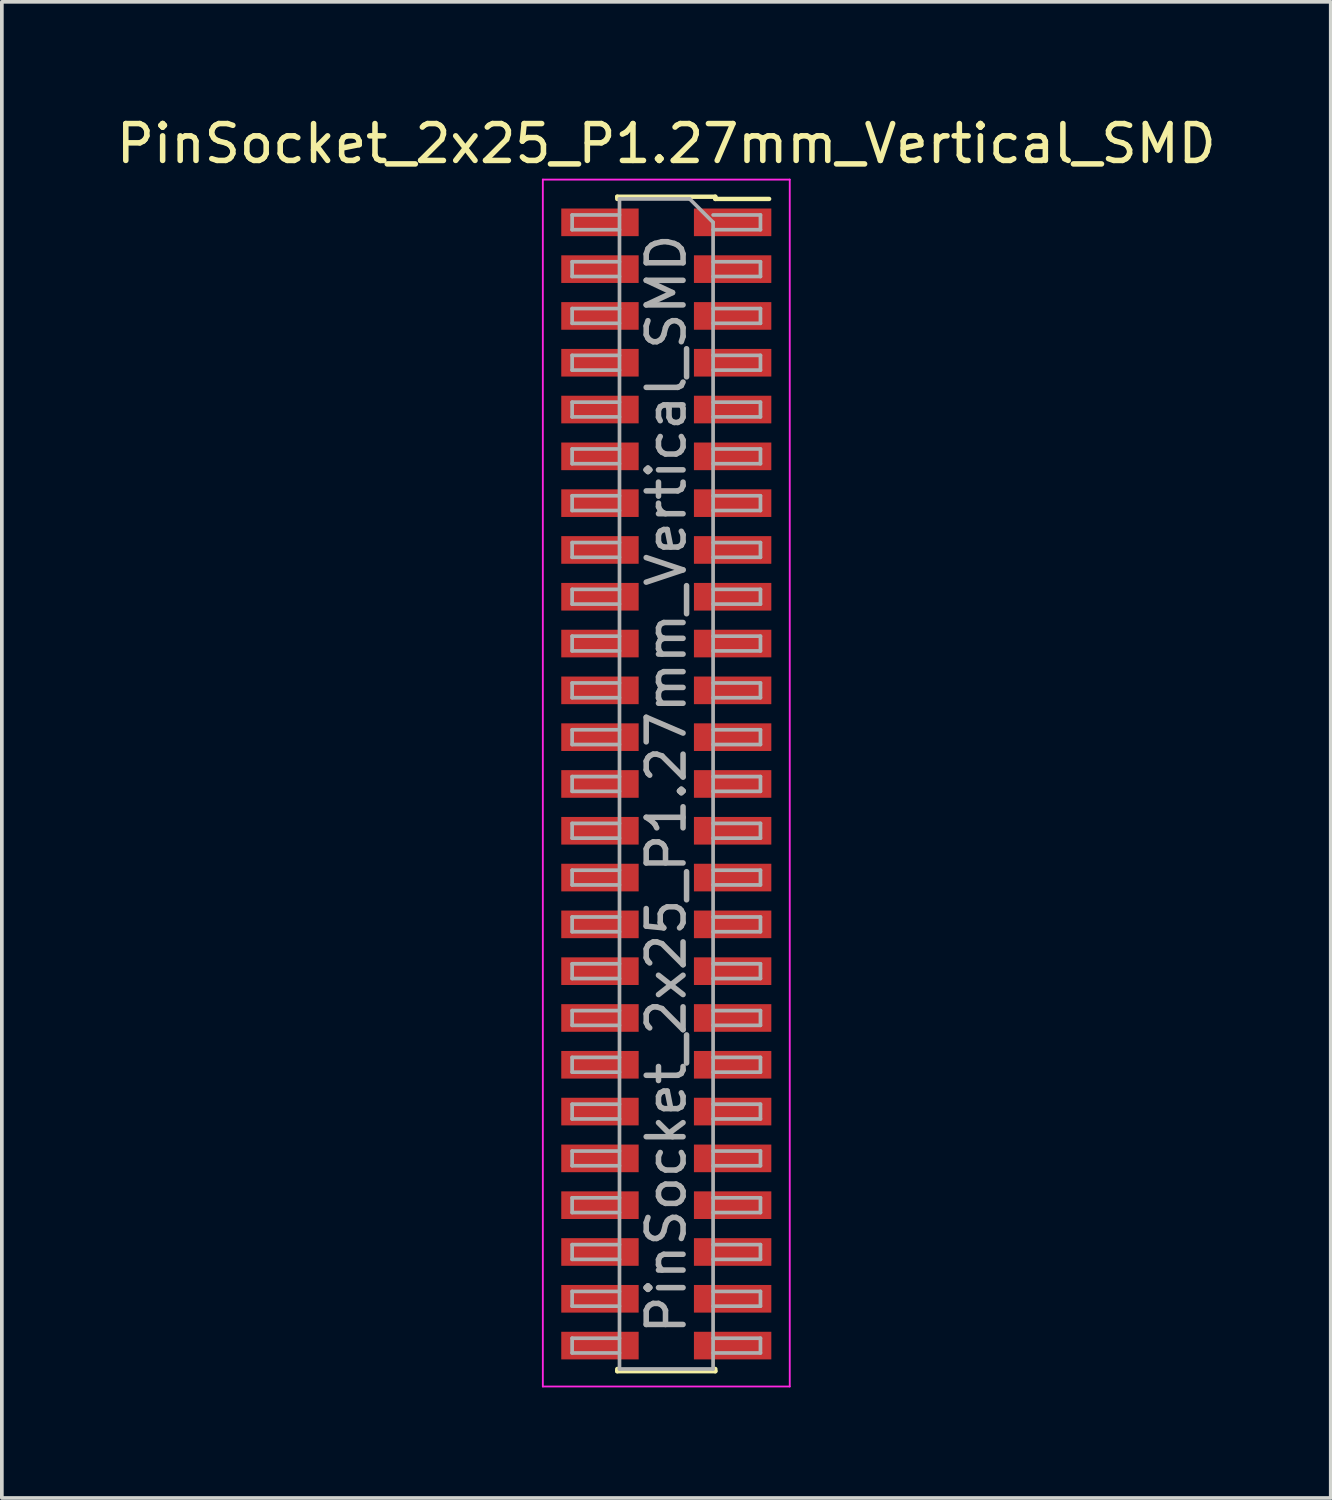
<source format=kicad_pcb>
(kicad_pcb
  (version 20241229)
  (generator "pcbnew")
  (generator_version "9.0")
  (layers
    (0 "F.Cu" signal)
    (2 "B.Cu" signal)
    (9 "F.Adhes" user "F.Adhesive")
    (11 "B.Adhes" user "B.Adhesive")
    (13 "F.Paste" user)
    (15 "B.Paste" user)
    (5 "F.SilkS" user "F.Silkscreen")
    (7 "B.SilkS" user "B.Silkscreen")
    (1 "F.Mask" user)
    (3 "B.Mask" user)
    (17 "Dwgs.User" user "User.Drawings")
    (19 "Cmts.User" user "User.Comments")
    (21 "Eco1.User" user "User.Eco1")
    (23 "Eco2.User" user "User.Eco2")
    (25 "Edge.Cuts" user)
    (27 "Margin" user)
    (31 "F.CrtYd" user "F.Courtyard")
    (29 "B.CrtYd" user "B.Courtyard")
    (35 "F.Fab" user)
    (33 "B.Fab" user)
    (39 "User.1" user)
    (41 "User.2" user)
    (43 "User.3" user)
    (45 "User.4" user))
  (footprint "PinSocket_2x25_P1.27mm_Vertical_SMD"
    (layer "F.Cu")
    (at 15.03 18.223)
    (property "Reference" "PinSocket_2x25_P1.27mm_Vertical_SMD" (at 0 -17.375 0) (layer "F.SilkS") (effects (font (size 1 1) (thickness 0.15))))
    (attr smd)
    (fp_line (start -1.33 -15.935) (end -1.33 -15.875) (stroke (width 0.12) (type solid)) (layer "F.SilkS"))
    (fp_line (start -1.33 -15.935) (end 1.33 -15.935) (stroke (width 0.12) (type solid)) (layer "F.SilkS"))
    (fp_line (start -1.33 15.875) (end -1.33 15.935) (stroke (width 0.12) (type solid)) (layer "F.SilkS"))
    (fp_line (start -1.33 15.935) (end 1.33 15.935) (stroke (width 0.12) (type solid)) (layer "F.SilkS"))
    (fp_line (start 1.33 -15.935) (end 1.33 -15.875) (stroke (width 0.12) (type solid)) (layer "F.SilkS"))
    (fp_line (start 1.33 -15.875) (end 2.79 -15.875) (stroke (width 0.12) (type solid)) (layer "F.SilkS"))
    (fp_line (start 1.33 15.875) (end 1.33 15.935) (stroke (width 0.12) (type solid)) (layer "F.SilkS"))
    (fp_line (start -3.35 -16.4) (end 3.35 -16.4) (stroke (width 0.05) (type solid)) (layer "F.CrtYd"))
    (fp_line (start -3.35 16.35) (end -3.35 -16.4) (stroke (width 0.05) (type solid)) (layer "F.CrtYd"))
    (fp_line (start 3.35 -16.4) (end 3.35 16.35) (stroke (width 0.05) (type solid)) (layer "F.CrtYd"))
    (fp_line (start 3.35 16.35) (end -3.35 16.35) (stroke (width 0.05) (type solid)) (layer "F.CrtYd"))
    (fp_line (start -2.555 -15.44) (end -1.27 -15.44) (stroke (width 0.1) (type solid)) (layer "F.Fab"))
    (fp_line (start -2.555 -15.04) (end -2.555 -15.44) (stroke (width 0.1) (type solid)) (layer "F.Fab"))
    (fp_line (start -2.555 -14.17) (end -1.27 -14.17) (stroke (width 0.1) (type solid)) (layer "F.Fab"))
    (fp_line (start -2.555 -13.77) (end -2.555 -14.17) (stroke (width 0.1) (type solid)) (layer "F.Fab"))
    (fp_line (start -2.555 -12.9) (end -1.27 -12.9) (stroke (width 0.1) (type solid)) (layer "F.Fab"))
    (fp_line (start -2.555 -12.5) (end -2.555 -12.9) (stroke (width 0.1) (type solid)) (layer "F.Fab"))
    (fp_line (start -2.555 -11.63) (end -1.27 -11.63) (stroke (width 0.1) (type solid)) (layer "F.Fab"))
    (fp_line (start -2.555 -11.23) (end -2.555 -11.63) (stroke (width 0.1) (type solid)) (layer "F.Fab"))
    (fp_line (start -2.555 -10.36) (end -1.27 -10.36) (stroke (width 0.1) (type solid)) (layer "F.Fab"))
    (fp_line (start -2.555 -9.96) (end -2.555 -10.36) (stroke (width 0.1) (type solid)) (layer "F.Fab"))
    (fp_line (start -2.555 -9.09) (end -1.27 -9.09) (stroke (width 0.1) (type solid)) (layer "F.Fab"))
    (fp_line (start -2.555 -8.69) (end -2.555 -9.09) (stroke (width 0.1) (type solid)) (layer "F.Fab"))
    (fp_line (start -2.555 -7.82) (end -1.27 -7.82) (stroke (width 0.1) (type solid)) (layer "F.Fab"))
    (fp_line (start -2.555 -7.42) (end -2.555 -7.82) (stroke (width 0.1) (type solid)) (layer "F.Fab"))
    (fp_line (start -2.555 -6.55) (end -1.27 -6.55) (stroke (width 0.1) (type solid)) (layer "F.Fab"))
    (fp_line (start -2.555 -6.15) (end -2.555 -6.55) (stroke (width 0.1) (type solid)) (layer "F.Fab"))
    (fp_line (start -2.555 -5.28) (end -1.27 -5.28) (stroke (width 0.1) (type solid)) (layer "F.Fab"))
    (fp_line (start -2.555 -4.88) (end -2.555 -5.28) (stroke (width 0.1) (type solid)) (layer "F.Fab"))
    (fp_line (start -2.555 -4.01) (end -1.27 -4.01) (stroke (width 0.1) (type solid)) (layer "F.Fab"))
    (fp_line (start -2.555 -3.61) (end -2.555 -4.01) (stroke (width 0.1) (type solid)) (layer "F.Fab"))
    (fp_line (start -2.555 -2.74) (end -1.27 -2.74) (stroke (width 0.1) (type solid)) (layer "F.Fab"))
    (fp_line (start -2.555 -2.34) (end -2.555 -2.74) (stroke (width 0.1) (type solid)) (layer "F.Fab"))
    (fp_line (start -2.555 -1.47) (end -1.27 -1.47) (stroke (width 0.1) (type solid)) (layer "F.Fab"))
    (fp_line (start -2.555 -1.07) (end -2.555 -1.47) (stroke (width 0.1) (type solid)) (layer "F.Fab"))
    (fp_line (start -2.555 -0.2) (end -1.27 -0.2) (stroke (width 0.1) (type solid)) (layer "F.Fab"))
    (fp_line (start -2.555 0.2) (end -2.555 -0.2) (stroke (width 0.1) (type solid)) (layer "F.Fab"))
    (fp_line (start -2.555 1.07) (end -1.27 1.07) (stroke (width 0.1) (type solid)) (layer "F.Fab"))
    (fp_line (start -2.555 1.47) (end -2.555 1.07) (stroke (width 0.1) (type solid)) (layer "F.Fab"))
    (fp_line (start -2.555 2.34) (end -1.27 2.34) (stroke (width 0.1) (type solid)) (layer "F.Fab"))
    (fp_line (start -2.555 2.74) (end -2.555 2.34) (stroke (width 0.1) (type solid)) (layer "F.Fab"))
    (fp_line (start -2.555 3.61) (end -1.27 3.61) (stroke (width 0.1) (type solid)) (layer "F.Fab"))
    (fp_line (start -2.555 4.01) (end -2.555 3.61) (stroke (width 0.1) (type solid)) (layer "F.Fab"))
    (fp_line (start -2.555 4.88) (end -1.27 4.88) (stroke (width 0.1) (type solid)) (layer "F.Fab"))
    (fp_line (start -2.555 5.28) (end -2.555 4.88) (stroke (width 0.1) (type solid)) (layer "F.Fab"))
    (fp_line (start -2.555 6.15) (end -1.27 6.15) (stroke (width 0.1) (type solid)) (layer "F.Fab"))
    (fp_line (start -2.555 6.55) (end -2.555 6.15) (stroke (width 0.1) (type solid)) (layer "F.Fab"))
    (fp_line (start -2.555 7.42) (end -1.27 7.42) (stroke (width 0.1) (type solid)) (layer "F.Fab"))
    (fp_line (start -2.555 7.82) (end -2.555 7.42) (stroke (width 0.1) (type solid)) (layer "F.Fab"))
    (fp_line (start -2.555 8.69) (end -1.27 8.69) (stroke (width 0.1) (type solid)) (layer "F.Fab"))
    (fp_line (start -2.555 9.09) (end -2.555 8.69) (stroke (width 0.1) (type solid)) (layer "F.Fab"))
    (fp_line (start -2.555 9.96) (end -1.27 9.96) (stroke (width 0.1) (type solid)) (layer "F.Fab"))
    (fp_line (start -2.555 10.36) (end -2.555 9.96) (stroke (width 0.1) (type solid)) (layer "F.Fab"))
    (fp_line (start -2.555 11.23) (end -1.27 11.23) (stroke (width 0.1) (type solid)) (layer "F.Fab"))
    (fp_line (start -2.555 11.63) (end -2.555 11.23) (stroke (width 0.1) (type solid)) (layer "F.Fab"))
    (fp_line (start -2.555 12.5) (end -1.27 12.5) (stroke (width 0.1) (type solid)) (layer "F.Fab"))
    (fp_line (start -2.555 12.9) (end -2.555 12.5) (stroke (width 0.1) (type solid)) (layer "F.Fab"))
    (fp_line (start -2.555 13.77) (end -1.27 13.77) (stroke (width 0.1) (type solid)) (layer "F.Fab"))
    (fp_line (start -2.555 14.17) (end -2.555 13.77) (stroke (width 0.1) (type solid)) (layer "F.Fab"))
    (fp_line (start -2.555 15.04) (end -1.27 15.04) (stroke (width 0.1) (type solid)) (layer "F.Fab"))
    (fp_line (start -2.555 15.44) (end -2.555 15.04) (stroke (width 0.1) (type solid)) (layer "F.Fab"))
    (fp_line (start -1.27 -15.875) (end 0.635 -15.875) (stroke (width 0.1) (type solid)) (layer "F.Fab"))
    (fp_line (start -1.27 -15.04) (end -2.555 -15.04) (stroke (width 0.1) (type solid)) (layer "F.Fab"))
    (fp_line (start -1.27 -13.77) (end -2.555 -13.77) (stroke (width 0.1) (type solid)) (layer "F.Fab"))
    (fp_line (start -1.27 -12.5) (end -2.555 -12.5) (stroke (width 0.1) (type solid)) (layer "F.Fab"))
    (fp_line (start -1.27 -11.23) (end -2.555 -11.23) (stroke (width 0.1) (type solid)) (layer "F.Fab"))
    (fp_line (start -1.27 -9.96) (end -2.555 -9.96) (stroke (width 0.1) (type solid)) (layer "F.Fab"))
    (fp_line (start -1.27 -8.69) (end -2.555 -8.69) (stroke (width 0.1) (type solid)) (layer "F.Fab"))
    (fp_line (start -1.27 -7.42) (end -2.555 -7.42) (stroke (width 0.1) (type solid)) (layer "F.Fab"))
    (fp_line (start -1.27 -6.15) (end -2.555 -6.15) (stroke (width 0.1) (type solid)) (layer "F.Fab"))
    (fp_line (start -1.27 -4.88) (end -2.555 -4.88) (stroke (width 0.1) (type solid)) (layer "F.Fab"))
    (fp_line (start -1.27 -3.61) (end -2.555 -3.61) (stroke (width 0.1) (type solid)) (layer "F.Fab"))
    (fp_line (start -1.27 -2.34) (end -2.555 -2.34) (stroke (width 0.1) (type solid)) (layer "F.Fab"))
    (fp_line (start -1.27 -1.07) (end -2.555 -1.07) (stroke (width 0.1) (type solid)) (layer "F.Fab"))
    (fp_line (start -1.27 0.2) (end -2.555 0.2) (stroke (width 0.1) (type solid)) (layer "F.Fab"))
    (fp_line (start -1.27 1.47) (end -2.555 1.47) (stroke (width 0.1) (type solid)) (layer "F.Fab"))
    (fp_line (start -1.27 2.74) (end -2.555 2.74) (stroke (width 0.1) (type solid)) (layer "F.Fab"))
    (fp_line (start -1.27 4.01) (end -2.555 4.01) (stroke (width 0.1) (type solid)) (layer "F.Fab"))
    (fp_line (start -1.27 5.28) (end -2.555 5.28) (stroke (width 0.1) (type solid)) (layer "F.Fab"))
    (fp_line (start -1.27 6.55) (end -2.555 6.55) (stroke (width 0.1) (type solid)) (layer "F.Fab"))
    (fp_line (start -1.27 7.82) (end -2.555 7.82) (stroke (width 0.1) (type solid)) (layer "F.Fab"))
    (fp_line (start -1.27 9.09) (end -2.555 9.09) (stroke (width 0.1) (type solid)) (layer "F.Fab"))
    (fp_line (start -1.27 10.36) (end -2.555 10.36) (stroke (width 0.1) (type solid)) (layer "F.Fab"))
    (fp_line (start -1.27 11.63) (end -2.555 11.63) (stroke (width 0.1) (type solid)) (layer "F.Fab"))
    (fp_line (start -1.27 12.9) (end -2.555 12.9) (stroke (width 0.1) (type solid)) (layer "F.Fab"))
    (fp_line (start -1.27 14.17) (end -2.555 14.17) (stroke (width 0.1) (type solid)) (layer "F.Fab"))
    (fp_line (start -1.27 15.44) (end -2.555 15.44) (stroke (width 0.1) (type solid)) (layer "F.Fab"))
    (fp_line (start -1.27 15.875) (end -1.27 -15.875) (stroke (width 0.1) (type solid)) (layer "F.Fab"))
    (fp_line (start 0.635 -15.875) (end 1.27 -15.24) (stroke (width 0.1) (type solid)) (layer "F.Fab"))
    (fp_line (start 1.27 -15.44) (end 2.555 -15.44) (stroke (width 0.1) (type solid)) (layer "F.Fab"))
    (fp_line (start 1.27 -15.24) (end 1.27 15.875) (stroke (width 0.1) (type solid)) (layer "F.Fab"))
    (fp_line (start 1.27 -14.17) (end 2.555 -14.17) (stroke (width 0.1) (type solid)) (layer "F.Fab"))
    (fp_line (start 1.27 -12.9) (end 2.555 -12.9) (stroke (width 0.1) (type solid)) (layer "F.Fab"))
    (fp_line (start 1.27 -11.63) (end 2.555 -11.63) (stroke (width 0.1) (type solid)) (layer "F.Fab"))
    (fp_line (start 1.27 -10.36) (end 2.555 -10.36) (stroke (width 0.1) (type solid)) (layer "F.Fab"))
    (fp_line (start 1.27 -9.09) (end 2.555 -9.09) (stroke (width 0.1) (type solid)) (layer "F.Fab"))
    (fp_line (start 1.27 -7.82) (end 2.555 -7.82) (stroke (width 0.1) (type solid)) (layer "F.Fab"))
    (fp_line (start 1.27 -6.55) (end 2.555 -6.55) (stroke (width 0.1) (type solid)) (layer "F.Fab"))
    (fp_line (start 1.27 -5.28) (end 2.555 -5.28) (stroke (width 0.1) (type solid)) (layer "F.Fab"))
    (fp_line (start 1.27 -4.01) (end 2.555 -4.01) (stroke (width 0.1) (type solid)) (layer "F.Fab"))
    (fp_line (start 1.27 -2.74) (end 2.555 -2.74) (stroke (width 0.1) (type solid)) (layer "F.Fab"))
    (fp_line (start 1.27 -1.47) (end 2.555 -1.47) (stroke (width 0.1) (type solid)) (layer "F.Fab"))
    (fp_line (start 1.27 -0.2) (end 2.555 -0.2) (stroke (width 0.1) (type solid)) (layer "F.Fab"))
    (fp_line (start 1.27 1.07) (end 2.555 1.07) (stroke (width 0.1) (type solid)) (layer "F.Fab"))
    (fp_line (start 1.27 2.34) (end 2.555 2.34) (stroke (width 0.1) (type solid)) (layer "F.Fab"))
    (fp_line (start 1.27 3.61) (end 2.555 3.61) (stroke (width 0.1) (type solid)) (layer "F.Fab"))
    (fp_line (start 1.27 4.88) (end 2.555 4.88) (stroke (width 0.1) (type solid)) (layer "F.Fab"))
    (fp_line (start 1.27 6.15) (end 2.555 6.15) (stroke (width 0.1) (type solid)) (layer "F.Fab"))
    (fp_line (start 1.27 7.42) (end 2.555 7.42) (stroke (width 0.1) (type solid)) (layer "F.Fab"))
    (fp_line (start 1.27 8.69) (end 2.555 8.69) (stroke (width 0.1) (type solid)) (layer "F.Fab"))
    (fp_line (start 1.27 9.96) (end 2.555 9.96) (stroke (width 0.1) (type solid)) (layer "F.Fab"))
    (fp_line (start 1.27 11.23) (end 2.555 11.23) (stroke (width 0.1) (type solid)) (layer "F.Fab"))
    (fp_line (start 1.27 12.5) (end 2.555 12.5) (stroke (width 0.1) (type solid)) (layer "F.Fab"))
    (fp_line (start 1.27 13.77) (end 2.555 13.77) (stroke (width 0.1) (type solid)) (layer "F.Fab"))
    (fp_line (start 1.27 15.04) (end 2.555 15.04) (stroke (width 0.1) (type solid)) (layer "F.Fab"))
    (fp_line (start 1.27 15.875) (end -1.27 15.875) (stroke (width 0.1) (type solid)) (layer "F.Fab"))
    (fp_line (start 2.555 -15.44) (end 2.555 -15.04) (stroke (width 0.1) (type solid)) (layer "F.Fab"))
    (fp_line (start 2.555 -15.04) (end 1.27 -15.04) (stroke (width 0.1) (type solid)) (layer "F.Fab"))
    (fp_line (start 2.555 -14.17) (end 2.555 -13.77) (stroke (width 0.1) (type solid)) (layer "F.Fab"))
    (fp_line (start 2.555 -13.77) (end 1.27 -13.77) (stroke (width 0.1) (type solid)) (layer "F.Fab"))
    (fp_line (start 2.555 -12.9) (end 2.555 -12.5) (stroke (width 0.1) (type solid)) (layer "F.Fab"))
    (fp_line (start 2.555 -12.5) (end 1.27 -12.5) (stroke (width 0.1) (type solid)) (layer "F.Fab"))
    (fp_line (start 2.555 -11.63) (end 2.555 -11.23) (stroke (width 0.1) (type solid)) (layer "F.Fab"))
    (fp_line (start 2.555 -11.23) (end 1.27 -11.23) (stroke (width 0.1) (type solid)) (layer "F.Fab"))
    (fp_line (start 2.555 -10.36) (end 2.555 -9.96) (stroke (width 0.1) (type solid)) (layer "F.Fab"))
    (fp_line (start 2.555 -9.96) (end 1.27 -9.96) (stroke (width 0.1) (type solid)) (layer "F.Fab"))
    (fp_line (start 2.555 -9.09) (end 2.555 -8.69) (stroke (width 0.1) (type solid)) (layer "F.Fab"))
    (fp_line (start 2.555 -8.69) (end 1.27 -8.69) (stroke (width 0.1) (type solid)) (layer "F.Fab"))
    (fp_line (start 2.555 -7.82) (end 2.555 -7.42) (stroke (width 0.1) (type solid)) (layer "F.Fab"))
    (fp_line (start 2.555 -7.42) (end 1.27 -7.42) (stroke (width 0.1) (type solid)) (layer "F.Fab"))
    (fp_line (start 2.555 -6.55) (end 2.555 -6.15) (stroke (width 0.1) (type solid)) (layer "F.Fab"))
    (fp_line (start 2.555 -6.15) (end 1.27 -6.15) (stroke (width 0.1) (type solid)) (layer "F.Fab"))
    (fp_line (start 2.555 -5.28) (end 2.555 -4.88) (stroke (width 0.1) (type solid)) (layer "F.Fab"))
    (fp_line (start 2.555 -4.88) (end 1.27 -4.88) (stroke (width 0.1) (type solid)) (layer "F.Fab"))
    (fp_line (start 2.555 -4.01) (end 2.555 -3.61) (stroke (width 0.1) (type solid)) (layer "F.Fab"))
    (fp_line (start 2.555 -3.61) (end 1.27 -3.61) (stroke (width 0.1) (type solid)) (layer "F.Fab"))
    (fp_line (start 2.555 -2.74) (end 2.555 -2.34) (stroke (width 0.1) (type solid)) (layer "F.Fab"))
    (fp_line (start 2.555 -2.34) (end 1.27 -2.34) (stroke (width 0.1) (type solid)) (layer "F.Fab"))
    (fp_line (start 2.555 -1.47) (end 2.555 -1.07) (stroke (width 0.1) (type solid)) (layer "F.Fab"))
    (fp_line (start 2.555 -1.07) (end 1.27 -1.07) (stroke (width 0.1) (type solid)) (layer "F.Fab"))
    (fp_line (start 2.555 -0.2) (end 2.555 0.2) (stroke (width 0.1) (type solid)) (layer "F.Fab"))
    (fp_line (start 2.555 0.2) (end 1.27 0.2) (stroke (width 0.1) (type solid)) (layer "F.Fab"))
    (fp_line (start 2.555 1.07) (end 2.555 1.47) (stroke (width 0.1) (type solid)) (layer "F.Fab"))
    (fp_line (start 2.555 1.47) (end 1.27 1.47) (stroke (width 0.1) (type solid)) (layer "F.Fab"))
    (fp_line (start 2.555 2.34) (end 2.555 2.74) (stroke (width 0.1) (type solid)) (layer "F.Fab"))
    (fp_line (start 2.555 2.74) (end 1.27 2.74) (stroke (width 0.1) (type solid)) (layer "F.Fab"))
    (fp_line (start 2.555 3.61) (end 2.555 4.01) (stroke (width 0.1) (type solid)) (layer "F.Fab"))
    (fp_line (start 2.555 4.01) (end 1.27 4.01) (stroke (width 0.1) (type solid)) (layer "F.Fab"))
    (fp_line (start 2.555 4.88) (end 2.555 5.28) (stroke (width 0.1) (type solid)) (layer "F.Fab"))
    (fp_line (start 2.555 5.28) (end 1.27 5.28) (stroke (width 0.1) (type solid)) (layer "F.Fab"))
    (fp_line (start 2.555 6.15) (end 2.555 6.55) (stroke (width 0.1) (type solid)) (layer "F.Fab"))
    (fp_line (start 2.555 6.55) (end 1.27 6.55) (stroke (width 0.1) (type solid)) (layer "F.Fab"))
    (fp_line (start 2.555 7.42) (end 2.555 7.82) (stroke (width 0.1) (type solid)) (layer "F.Fab"))
    (fp_line (start 2.555 7.82) (end 1.27 7.82) (stroke (width 0.1) (type solid)) (layer "F.Fab"))
    (fp_line (start 2.555 8.69) (end 2.555 9.09) (stroke (width 0.1) (type solid)) (layer "F.Fab"))
    (fp_line (start 2.555 9.09) (end 1.27 9.09) (stroke (width 0.1) (type solid)) (layer "F.Fab"))
    (fp_line (start 2.555 9.96) (end 2.555 10.36) (stroke (width 0.1) (type solid)) (layer "F.Fab"))
    (fp_line (start 2.555 10.36) (end 1.27 10.36) (stroke (width 0.1) (type solid)) (layer "F.Fab"))
    (fp_line (start 2.555 11.23) (end 2.555 11.63) (stroke (width 0.1) (type solid)) (layer "F.Fab"))
    (fp_line (start 2.555 11.63) (end 1.27 11.63) (stroke (width 0.1) (type solid)) (layer "F.Fab"))
    (fp_line (start 2.555 12.5) (end 2.555 12.9) (stroke (width 0.1) (type solid)) (layer "F.Fab"))
    (fp_line (start 2.555 12.9) (end 1.27 12.9) (stroke (width 0.1) (type solid)) (layer "F.Fab"))
    (fp_line (start 2.555 13.77) (end 2.555 14.17) (stroke (width 0.1) (type solid)) (layer "F.Fab"))
    (fp_line (start 2.555 14.17) (end 1.27 14.17) (stroke (width 0.1) (type solid)) (layer "F.Fab"))
    (fp_line (start 2.555 15.04) (end 2.555 15.44) (stroke (width 0.1) (type solid)) (layer "F.Fab"))
    (fp_line (start 2.555 15.44) (end 1.27 15.44) (stroke (width 0.1) (type solid)) (layer "F.Fab"))
    (fp_text user "${REFERENCE}" (at 0 0 90) (layer "F.Fab") (effects (font (size 1 1) (thickness 0.15))))
    (pad "1" smd rect (at 1.8 -15.24) (size 2.1 0.75) (layers "F.Cu" "F.Mask" "F.Paste"))
    (pad "2" smd rect (at -1.8 -15.24) (size 2.1 0.75) (layers "F.Cu" "F.Mask" "F.Paste"))
    (pad "3" smd rect (at 1.8 -13.97) (size 2.1 0.75) (layers "F.Cu" "F.Mask" "F.Paste"))
    (pad "4" smd rect (at -1.8 -13.97) (size 2.1 0.75) (layers "F.Cu" "F.Mask" "F.Paste"))
    (pad "5" smd rect (at 1.8 -12.7) (size 2.1 0.75) (layers "F.Cu" "F.Mask" "F.Paste"))
    (pad "6" smd rect (at -1.8 -12.7) (size 2.1 0.75) (layers "F.Cu" "F.Mask" "F.Paste"))
    (pad "7" smd rect (at 1.8 -11.43) (size 2.1 0.75) (layers "F.Cu" "F.Mask" "F.Paste"))
    (pad "8" smd rect (at -1.8 -11.43) (size 2.1 0.75) (layers "F.Cu" "F.Mask" "F.Paste"))
    (pad "9" smd rect (at 1.8 -10.16) (size 2.1 0.75) (layers "F.Cu" "F.Mask" "F.Paste"))
    (pad "10" smd rect (at -1.8 -10.16) (size 2.1 0.75) (layers "F.Cu" "F.Mask" "F.Paste"))
    (pad "11" smd rect (at 1.8 -8.89) (size 2.1 0.75) (layers "F.Cu" "F.Mask" "F.Paste"))
    (pad "12" smd rect (at -1.8 -8.89) (size 2.1 0.75) (layers "F.Cu" "F.Mask" "F.Paste"))
    (pad "13" smd rect (at 1.8 -7.62) (size 2.1 0.75) (layers "F.Cu" "F.Mask" "F.Paste"))
    (pad "14" smd rect (at -1.8 -7.62) (size 2.1 0.75) (layers "F.Cu" "F.Mask" "F.Paste"))
    (pad "15" smd rect (at 1.8 -6.35) (size 2.1 0.75) (layers "F.Cu" "F.Mask" "F.Paste"))
    (pad "16" smd rect (at -1.8 -6.35) (size 2.1 0.75) (layers "F.Cu" "F.Mask" "F.Paste"))
    (pad "17" smd rect (at 1.8 -5.08) (size 2.1 0.75) (layers "F.Cu" "F.Mask" "F.Paste"))
    (pad "18" smd rect (at -1.8 -5.08) (size 2.1 0.75) (layers "F.Cu" "F.Mask" "F.Paste"))
    (pad "19" smd rect (at 1.8 -3.81) (size 2.1 0.75) (layers "F.Cu" "F.Mask" "F.Paste"))
    (pad "20" smd rect (at -1.8 -3.81) (size 2.1 0.75) (layers "F.Cu" "F.Mask" "F.Paste"))
    (pad "21" smd rect (at 1.8 -2.54) (size 2.1 0.75) (layers "F.Cu" "F.Mask" "F.Paste"))
    (pad "22" smd rect (at -1.8 -2.54) (size 2.1 0.75) (layers "F.Cu" "F.Mask" "F.Paste"))
    (pad "23" smd rect (at 1.8 -1.27) (size 2.1 0.75) (layers "F.Cu" "F.Mask" "F.Paste"))
    (pad "24" smd rect (at -1.8 -1.27) (size 2.1 0.75) (layers "F.Cu" "F.Mask" "F.Paste"))
    (pad "25" smd rect (at 1.8 0) (size 2.1 0.75) (layers "F.Cu" "F.Mask" "F.Paste"))
    (pad "26" smd rect (at -1.8 0) (size 2.1 0.75) (layers "F.Cu" "F.Mask" "F.Paste"))
    (pad "27" smd rect (at 1.8 1.27) (size 2.1 0.75) (layers "F.Cu" "F.Mask" "F.Paste"))
    (pad "28" smd rect (at -1.8 1.27) (size 2.1 0.75) (layers "F.Cu" "F.Mask" "F.Paste"))
    (pad "29" smd rect (at 1.8 2.54) (size 2.1 0.75) (layers "F.Cu" "F.Mask" "F.Paste"))
    (pad "30" smd rect (at -1.8 2.54) (size 2.1 0.75) (layers "F.Cu" "F.Mask" "F.Paste"))
    (pad "31" smd rect (at 1.8 3.81) (size 2.1 0.75) (layers "F.Cu" "F.Mask" "F.Paste"))
    (pad "32" smd rect (at -1.8 3.81) (size 2.1 0.75) (layers "F.Cu" "F.Mask" "F.Paste"))
    (pad "33" smd rect (at 1.8 5.08) (size 2.1 0.75) (layers "F.Cu" "F.Mask" "F.Paste"))
    (pad "34" smd rect (at -1.8 5.08) (size 2.1 0.75) (layers "F.Cu" "F.Mask" "F.Paste"))
    (pad "35" smd rect (at 1.8 6.35) (size 2.1 0.75) (layers "F.Cu" "F.Mask" "F.Paste"))
    (pad "36" smd rect (at -1.8 6.35) (size 2.1 0.75) (layers "F.Cu" "F.Mask" "F.Paste"))
    (pad "37" smd rect (at 1.8 7.62) (size 2.1 0.75) (layers "F.Cu" "F.Mask" "F.Paste"))
    (pad "38" smd rect (at -1.8 7.62) (size 2.1 0.75) (layers "F.Cu" "F.Mask" "F.Paste"))
    (pad "39" smd rect (at 1.8 8.89) (size 2.1 0.75) (layers "F.Cu" "F.Mask" "F.Paste"))
    (pad "40" smd rect (at -1.8 8.89) (size 2.1 0.75) (layers "F.Cu" "F.Mask" "F.Paste"))
    (pad "41" smd rect (at 1.8 10.16) (size 2.1 0.75) (layers "F.Cu" "F.Mask" "F.Paste"))
    (pad "42" smd rect (at -1.8 10.16) (size 2.1 0.75) (layers "F.Cu" "F.Mask" "F.Paste"))
    (pad "43" smd rect (at 1.8 11.43) (size 2.1 0.75) (layers "F.Cu" "F.Mask" "F.Paste"))
    (pad "44" smd rect (at -1.8 11.43) (size 2.1 0.75) (layers "F.Cu" "F.Mask" "F.Paste"))
    (pad "45" smd rect (at 1.8 12.7) (size 2.1 0.75) (layers "F.Cu" "F.Mask" "F.Paste"))
    (pad "46" smd rect (at -1.8 12.7) (size 2.1 0.75) (layers "F.Cu" "F.Mask" "F.Paste"))
    (pad "47" smd rect (at 1.8 13.97) (size 2.1 0.75) (layers "F.Cu" "F.Mask" "F.Paste"))
    (pad "48" smd rect (at -1.8 13.97) (size 2.1 0.75) (layers "F.Cu" "F.Mask" "F.Paste"))
    (pad "49" smd rect (at 1.8 15.24) (size 2.1 0.75) (layers "F.Cu" "F.Mask" "F.Paste"))
    (pad "50" smd rect (at -1.8 15.24) (size 2.1 0.75) (layers "F.Cu" "F.Mask" "F.Paste")))
  (gr_rect
    (start -3 -3)
    (end 33.06 37.598)
    (stroke (width 0.1) (type default))
    (fill no)
    (layer "Edge.Cuts")))
</source>
